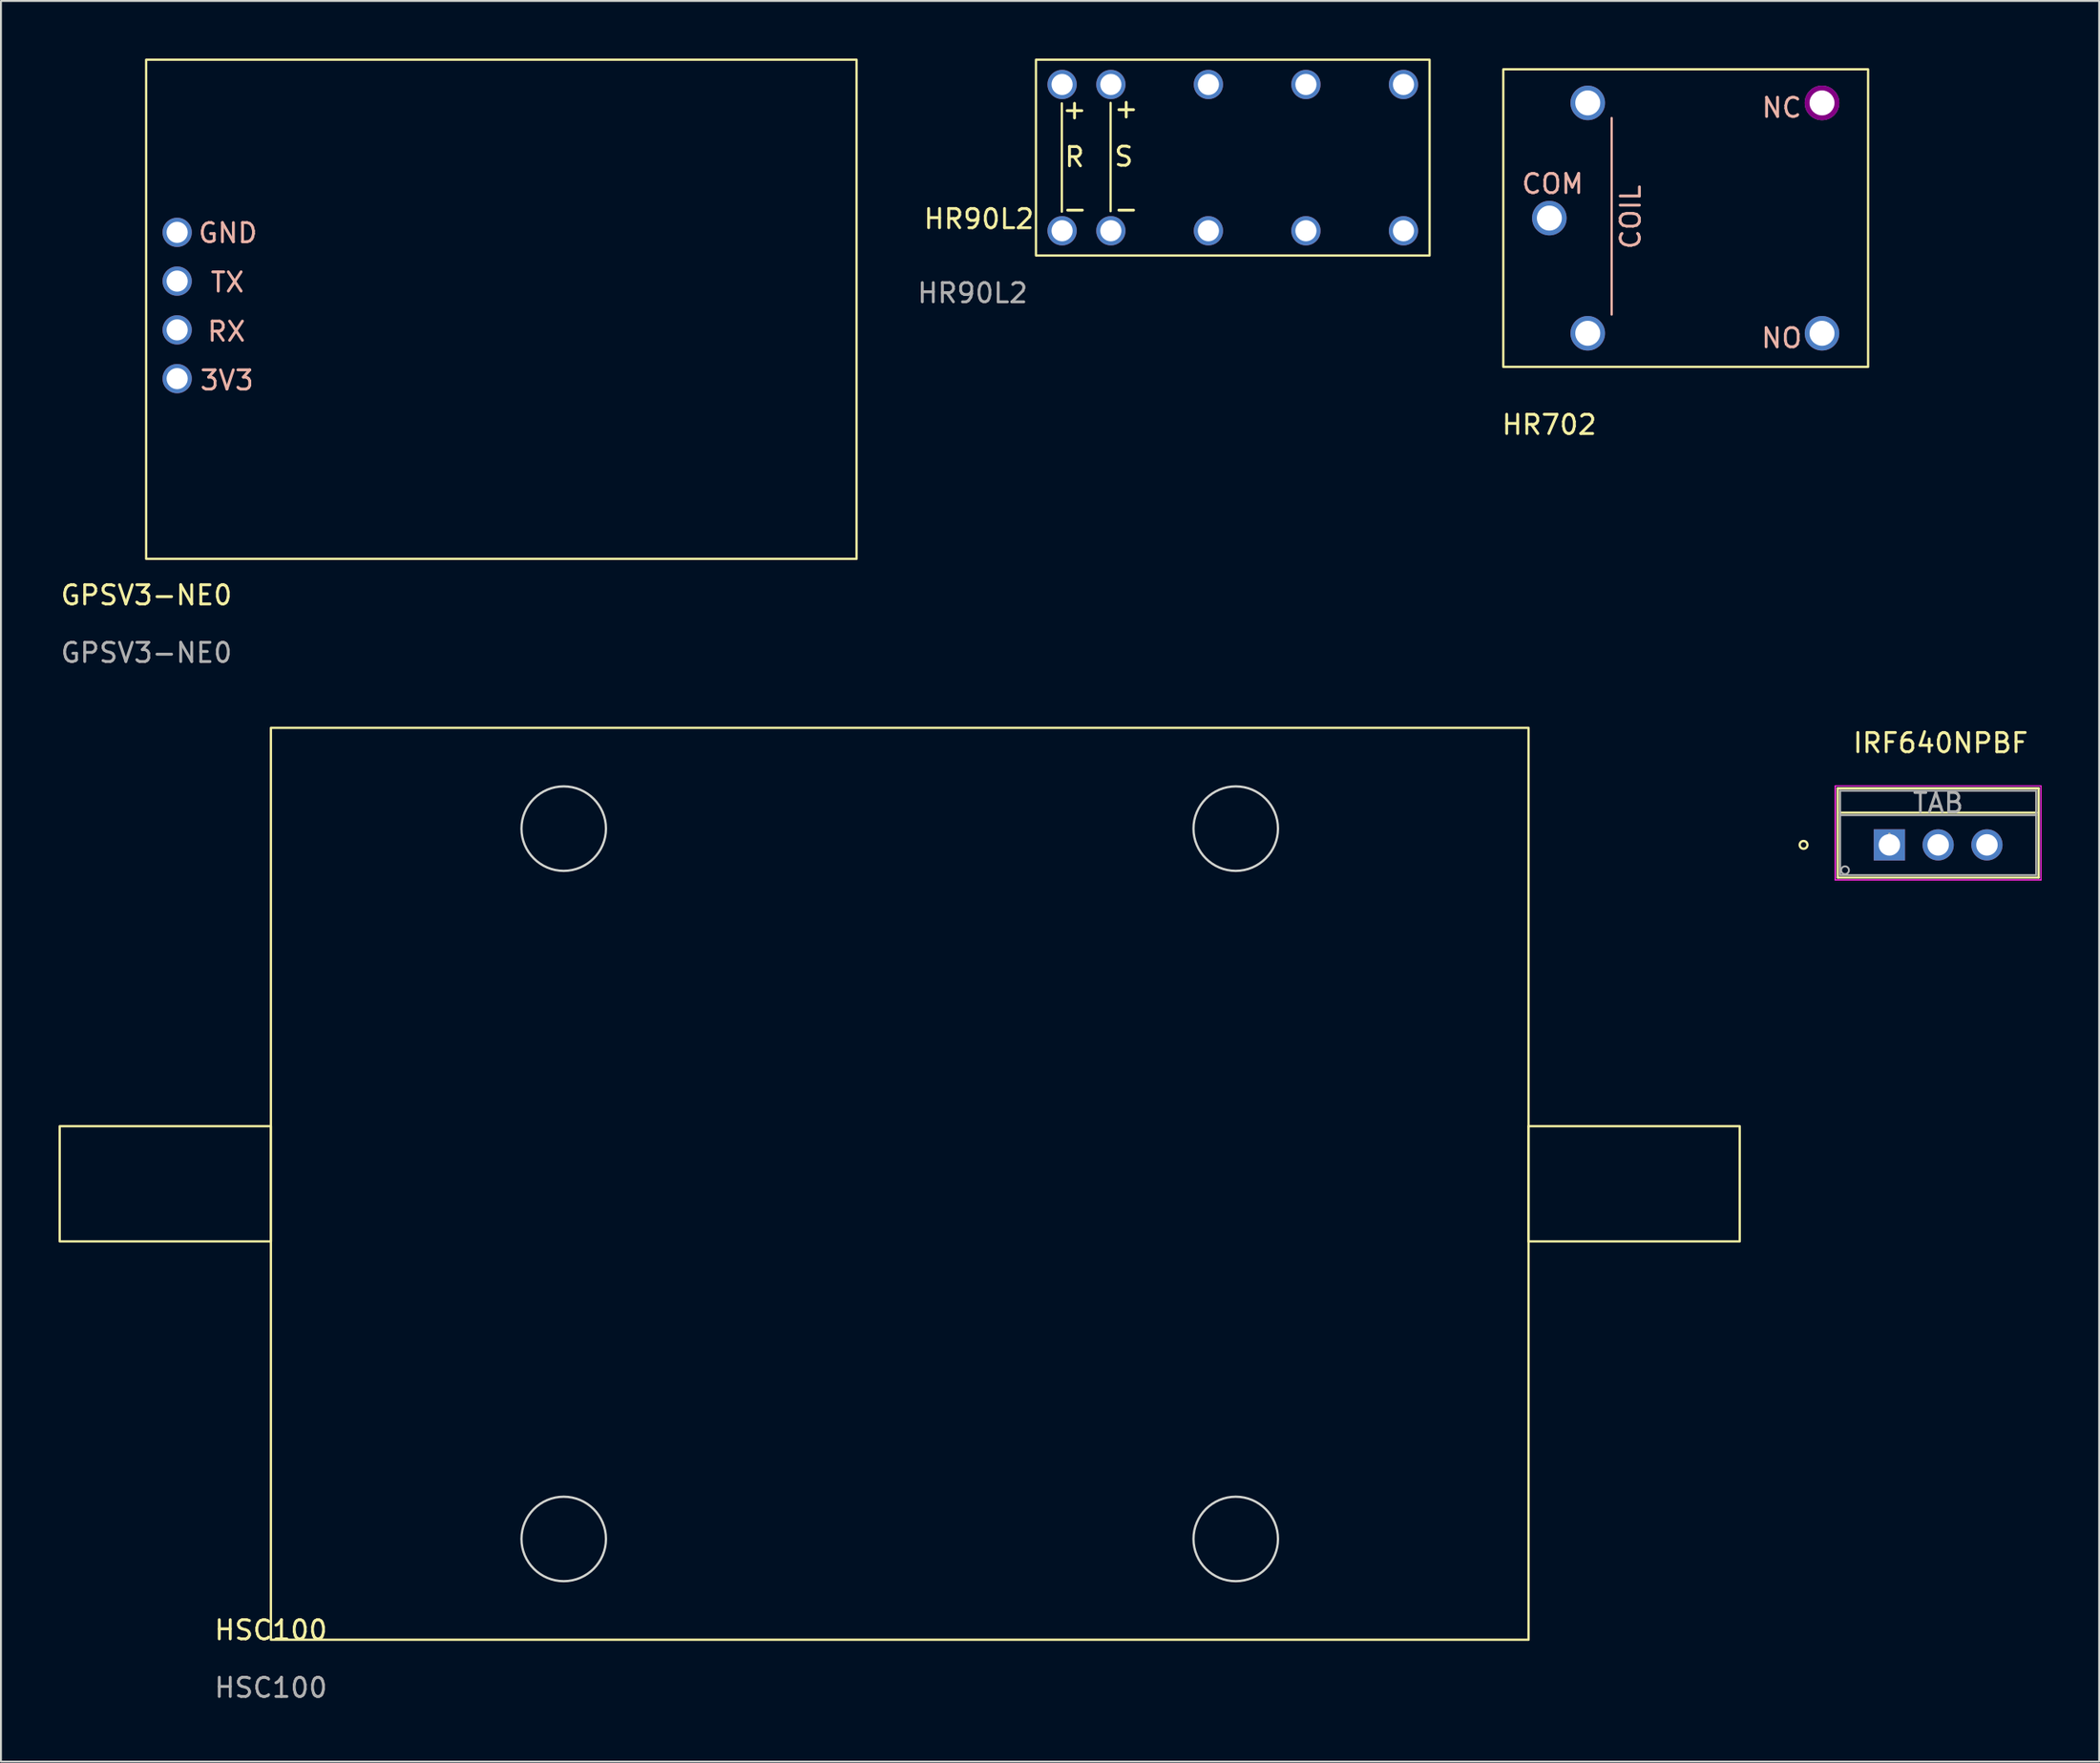
<source format=kicad_pcb>
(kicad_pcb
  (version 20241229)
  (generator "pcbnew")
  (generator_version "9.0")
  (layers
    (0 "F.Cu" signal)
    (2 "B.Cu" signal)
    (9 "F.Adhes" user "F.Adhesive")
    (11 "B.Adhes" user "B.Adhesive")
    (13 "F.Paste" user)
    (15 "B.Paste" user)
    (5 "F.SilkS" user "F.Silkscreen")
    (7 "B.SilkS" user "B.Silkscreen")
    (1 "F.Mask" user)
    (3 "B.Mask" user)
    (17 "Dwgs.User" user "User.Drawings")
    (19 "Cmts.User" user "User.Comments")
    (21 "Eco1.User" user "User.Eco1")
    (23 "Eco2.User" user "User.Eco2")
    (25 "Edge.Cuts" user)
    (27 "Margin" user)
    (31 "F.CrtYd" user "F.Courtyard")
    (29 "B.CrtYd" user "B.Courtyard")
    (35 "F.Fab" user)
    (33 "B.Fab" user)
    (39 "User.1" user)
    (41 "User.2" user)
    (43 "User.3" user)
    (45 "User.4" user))
  (footprint "HSC100"
    (layer "F.Cu")
    (at 11.06 82.361)
    (property "Reference" "HSC100" (at 0 -0.5 0) (unlocked yes) (layer "F.SilkS") (effects (font (size 1 1) (thickness 0.15))))
    (fp_rect (start -11 -20.75) (end 0 -26.75) (stroke (width 0.12) (type solid)) (fill no) (layer "F.SilkS"))
    (fp_rect (start 0 0) (end 65.5 -47.5) (stroke (width 0.12) (type solid)) (fill no) (layer "F.SilkS"))
    (fp_rect (start 65.5 -20.75) (end 76.5 -26.75) (stroke (width 0.12) (type solid)) (fill no) (layer "F.SilkS"))
    (fp_circle (center 15.25 -42.25) (end 17.45 -42.25) (stroke (width 0.12) (type solid)) (fill no) (layer "Edge.Cuts"))
    (fp_circle (center 15.25 -5.25) (end 17.45 -5.25) (stroke (width 0.12) (type solid)) (fill no) (layer "Edge.Cuts"))
    (fp_circle (center 50.25 -42.25) (end 52.45 -42.25) (stroke (width 0.12) (type solid)) (fill no) (layer "Edge.Cuts"))
    (fp_circle (center 50.25 -5.25) (end 52.45 -5.25) (stroke (width 0.12) (type solid)) (fill no) (layer "Edge.Cuts"))
    (fp_text user "${REFERENCE}" (at 0 2.5 0) (unlocked yes) (layer "F.Fab") (effects (font (size 1 1) (thickness 0.15)))))
  (footprint "HR702"
    (layer "F.Cu")
    (at 74.716 16.585)
    (property "Reference" "HR702" (at 2.921 2.489 0) (unlocked yes) (layer "F.SilkS") (effects (font (size 1 1) (thickness 0.15))))
    (attr smd)
    (fp_rect (start 0.028 -16.525) (end 20.028 -0.025) (stroke (width 0.12) (type solid)) (fill no) (layer "F.Mask"))
    (fp_rect (start 0.528 -16.025) (end 19.528 -0.525) (stroke (width 0.12) (type solid)) (fill no) (layer "F.SilkS"))
    (fp_line (start 6.172 -13.487) (end 6.172 -3.251) (stroke (width 0.12) (type solid)) (layer "B.SilkS"))
    (fp_text user "COM" (at 3.099 -10.058 0) (unlocked yes) (layer "B.SilkS") (effects (font (size 1 1) (thickness 0.15))))
    (fp_text user "NO" (at 15.028 -2.025 0) (unlocked yes) (layer "B.SilkS") (effects (font (size 1 1) (thickness 0.15))))
    (fp_text user "NC" (at 15.028 -14.025 0) (unlocked yes) (layer "B.SilkS") (effects (font (size 1 1) (thickness 0.15))))
    (fp_text user "COIL" (at 7.163 -8.331 90) (unlocked yes) (layer "B.SilkS") (effects (font (size 1 1) (thickness 0.15))))
    (pad "1" thru_hole circle (at 17.128 -14.275) (size 1.8 1.8) (drill 1.3) (layers "*.Cu" "*.Mask" "F.Adhes"))
    (pad "2" thru_hole circle (at 4.928 -2.275) (size 1.8 1.8) (drill 1.3) (layers "*.Cu" "*.Mask"))
    (pad "6" thru_hole circle (at 4.928 -14.275) (size 1.8 1.8) (drill 1.3) (layers "*.Cu" "*.Mask"))
    (pad "7" thru_hole circle (at 2.928 -8.275) (size 1.8 1.8) (drill 1.3) (layers "*.Cu" "*.Mask"))
    (pad "14" thru_hole circle (at 17.128 -2.275) (size 1.8 1.8) (drill 1.3) (layers "*.Cu" "*.Mask")))
  (footprint "HR90L2"
    (layer "F.Cu")
    (at 50.906 10.26)
    (property "Reference" "HR90L2" (at -2.972 -1.905 0) (unlocked yes) (layer "F.SilkS") (effects (font (size 1 1) (thickness 0.15))))
    (attr through_hole)
    (fp_line (start 1.346 -7.925) (end 1.346 -2.286) (stroke (width 0.12) (type solid)) (layer "F.SilkS"))
    (fp_line (start 3.886 -7.95) (end 3.886 -2.311) (stroke (width 0.12) (type solid)) (layer "F.SilkS"))
    (fp_rect (start 0 0) (end 20.5 -10.2) (stroke (width 0.12) (type solid)) (fill no) (layer "F.SilkS"))
    (fp_text user "-" (at 2.032 -2.438 0) (unlocked yes) (layer "F.SilkS") (effects (font (size 1 1) (thickness 0.15))))
    (fp_text user "-" (at 4.699 -2.438 0) (unlocked yes) (layer "F.SilkS") (effects (font (size 1 1) (thickness 0.15))))
    (fp_text user "+" (at 2.007 -7.62 0) (unlocked yes) (layer "F.SilkS") (effects (font (size 1 1) (thickness 0.15))))
    (fp_text user "S" (at 4.572 -5.156 0) (unlocked yes) (layer "F.SilkS") (effects (font (size 1 1) (thickness 0.15))))
    (fp_text user "+" (at 4.699 -7.671 0) (unlocked yes) (layer "F.SilkS") (effects (font (size 1 1) (thickness 0.15))))
    (fp_text user "R" (at 2.007 -5.131 0) (unlocked yes) (layer "F.SilkS") (effects (font (size 1 1) (thickness 0.15))))
    (fp_text user "${REFERENCE}" (at -3.302 1.956 0) (unlocked yes) (layer "F.Fab") (effects (font (size 1 1) (thickness 0.15))))
    (pad "1" thru_hole circle (at 1.36 -8.91) (size 1.524 1.524) (drill 1.1) (layers "*.Cu" "*.Mask"))
    (pad "2" thru_hole circle (at 3.9 -8.91) (size 1.524 1.524) (drill 1.1) (layers "*.Cu" "*.Mask"))
    (pad "4" thru_hole circle (at 8.98 -8.91) (size 1.524 1.524) (drill 1.1) (layers "*.Cu" "*.Mask"))
    (pad "6" thru_hole circle (at 14.06 -8.91) (size 1.524 1.524) (drill 1.1) (layers "*.Cu" "*.Mask"))
    (pad "8" thru_hole circle (at 19.14 -8.91) (size 1.524 1.524) (drill 1.1) (layers "*.Cu" "*.Mask"))
    (pad "9" thru_hole circle (at 19.14 -1.29) (size 1.524 1.524) (drill 1.1) (layers "*.Cu" "*.Mask"))
    (pad "11" thru_hole circle (at 14.06 -1.29) (size 1.524 1.524) (drill 1.1) (layers "*.Cu" "*.Mask"))
    (pad "13" thru_hole circle (at 8.98 -1.29) (size 1.524 1.524) (drill 1.1) (layers "*.Cu" "*.Mask"))
    (pad "15" thru_hole circle (at 3.9 -1.29) (size 1.524 1.524) (drill 1.1) (layers "*.Cu" "*.Mask"))
    (pad "16" thru_hole circle (at 1.36 -1.29) (size 1.524 1.524) (drill 1.1) (layers "*.Cu" "*.Mask")))
  (footprint "IRF640NPBF"
    (layer "F.Cu")
    (at 95.354 40.958)
    (property "Reference" "IRF640NPBF" (at 2.667 -5.309 0) (layer "F.SilkS") (effects (font (size 1 1) (thickness 0.15))))
    (attr through_hole)
    (fp_line (start -2.692 -2.946) (end -2.692 1.702) (stroke (width 0.12) (type solid)) (layer "F.SilkS"))
    (fp_line (start -2.692 1.702) (end 7.772 1.702) (stroke (width 0.12) (type solid)) (layer "F.SilkS"))
    (fp_line (start -2.565 -1.676) (end 7.645 -1.676) (stroke (width 0.12) (type solid)) (layer "F.SilkS"))
    (fp_line (start 7.772 -2.946) (end -2.692 -2.946) (stroke (width 0.12) (type solid)) (layer "F.SilkS"))
    (fp_line (start 7.772 1.702) (end 7.772 -2.946) (stroke (width 0.12) (type solid)) (layer "F.SilkS"))
    (fp_circle (center -4.47 0) (end -4.267 0) (stroke (width 0.12) (type solid)) (fill no) (layer "F.SilkS"))
    (fp_line (start -2.819 -3.073) (end -2.819 1.829) (stroke (width 0.05) (type solid)) (layer "F.CrtYd"))
    (fp_line (start -2.819 -3.073) (end -2.819 1.829) (stroke (width 0.05) (type solid)) (layer "F.CrtYd"))
    (fp_line (start -2.819 1.829) (end 7.899 1.829) (stroke (width 0.05) (type solid)) (layer "F.CrtYd"))
    (fp_line (start -2.819 1.829) (end 7.899 1.829) (stroke (width 0.05) (type solid)) (layer "F.CrtYd"))
    (fp_line (start 7.899 -3.073) (end -2.819 -3.073) (stroke (width 0.05) (type solid)) (layer "F.CrtYd"))
    (fp_line (start 7.899 -3.073) (end -2.819 -3.073) (stroke (width 0.05) (type solid)) (layer "F.CrtYd"))
    (fp_line (start 7.899 1.829) (end 7.899 -3.073) (stroke (width 0.05) (type solid)) (layer "F.CrtYd"))
    (fp_line (start 7.899 1.829) (end 7.899 -3.073) (stroke (width 0.05) (type solid)) (layer "F.CrtYd"))
    (fp_line (start -2.565 -2.819) (end -2.565 1.575) (stroke (width 0.1) (type solid)) (layer "F.Fab"))
    (fp_line (start -2.565 -1.549) (end 7.645 -1.549) (stroke (width 0.1) (type solid)) (layer "F.Fab"))
    (fp_line (start -2.565 1.575) (end 7.645 1.575) (stroke (width 0.1) (type solid)) (layer "F.Fab"))
    (fp_line (start 7.645 -2.819) (end -2.565 -2.819) (stroke (width 0.1) (type solid)) (layer "F.Fab"))
    (fp_line (start 7.645 1.575) (end 7.645 -2.819) (stroke (width 0.1) (type solid)) (layer "F.Fab"))
    (fp_circle (center -2.311 1.321) (end -2.108 1.321) (stroke (width 0.1) (type solid)) (fill no) (layer "F.Fab"))
    (fp_text user "*" (at 0 0 0) (layer "F.SilkS") (effects (font (size 1 1) (thickness 0.15))))
    (fp_text user "*" (at 0 0 0) (layer "F.Fab") (effects (font (size 1 1) (thickness 0.15))))
    (fp_text user "TAB" (at 2.54 -2.184 0) (layer "F.Fab") (effects (font (size 1 1) (thickness 0.15))))
    (pad "1" thru_hole rect (at 0 0) (size 1.626 1.626) (drill 1.118) (layers "*.Cu" "*.Mask"))
    (pad "2" thru_hole circle (at 2.54 0) (size 1.626 1.626) (drill 1.118) (layers "*.Cu" "*.Mask"))
    (pad "3" thru_hole circle (at 5.08 0) (size 1.626 1.626) (drill 1.118) (layers "*.Cu" "*.Mask")))
  (footprint "GPSV3-NE0"
    (layer "F.Cu")
    (at 4.577 28.452)
    (property "Reference" "GPSV3-NE0" (at 0 -0.5 0) (unlocked yes) (layer "F.SilkS") (effects (font (size 1 1) (thickness 0.15))))
    (attr through_hole)
    (fp_rect (start -0.015 -2.392) (end 36.985 -28.392) (stroke (width 0.12) (type solid)) (fill no) (layer "F.SilkS"))
    (fp_text user "GND" (at 4.242 -19.362 0) (unlocked yes) (layer "B.SilkS") (effects (font (size 1 1) (thickness 0.15))))
    (fp_text user "3V3" (at 4.191 -11.692 0) (unlocked yes) (layer "B.SilkS") (effects (font (size 1 1) (thickness 0.15))))
    (fp_text user "RX" (at 4.165 -14.232 0) (unlocked yes) (layer "B.SilkS") (effects (font (size 1 1) (thickness 0.15))))
    (fp_text user "TX" (at 4.216 -16.797 0) (unlocked yes) (layer "B.SilkS") (effects (font (size 1 1) (thickness 0.15))))
    (fp_text user "${REFERENCE}" (at 0 2.5 0) (unlocked yes) (layer "F.Fab") (effects (font (size 1 1) (thickness 0.15))))
    (pad "1" thru_hole circle (at 1.6 -11.78) (size 1.524 1.524) (drill 1.1) (layers "*.Cu" "*.Mask"))
    (pad "2" thru_hole circle (at 1.6 -14.32) (size 1.524 1.524) (drill 1.1) (layers "*.Cu" "*.Mask"))
    (pad "3" thru_hole circle (at 1.6 -16.86) (size 1.524 1.524) (drill 1.1) (layers "*.Cu" "*.Mask"))
    (pad "4" thru_hole circle (at 1.6 -19.4) (size 1.524 1.524) (drill 1.1) (layers "*.Cu" "*.Mask")))
  (gr_rect
    (start -3 -3)
    (end 106.278 88.709)
    (stroke (width 0.1) (type default))
    (fill no)
    (layer "Edge.Cuts")))
</source>
